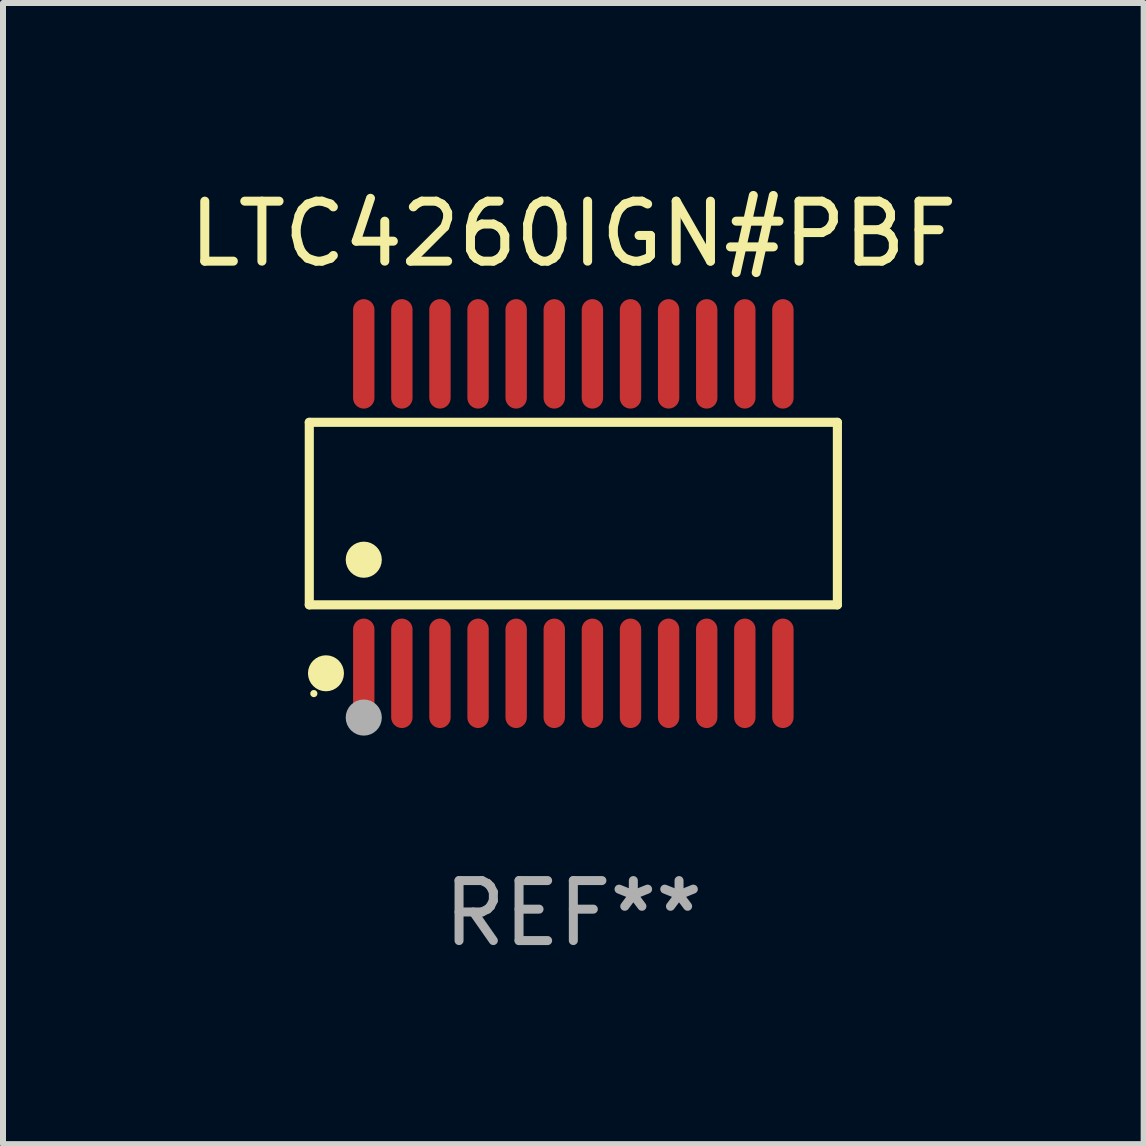
<source format=kicad_pcb>
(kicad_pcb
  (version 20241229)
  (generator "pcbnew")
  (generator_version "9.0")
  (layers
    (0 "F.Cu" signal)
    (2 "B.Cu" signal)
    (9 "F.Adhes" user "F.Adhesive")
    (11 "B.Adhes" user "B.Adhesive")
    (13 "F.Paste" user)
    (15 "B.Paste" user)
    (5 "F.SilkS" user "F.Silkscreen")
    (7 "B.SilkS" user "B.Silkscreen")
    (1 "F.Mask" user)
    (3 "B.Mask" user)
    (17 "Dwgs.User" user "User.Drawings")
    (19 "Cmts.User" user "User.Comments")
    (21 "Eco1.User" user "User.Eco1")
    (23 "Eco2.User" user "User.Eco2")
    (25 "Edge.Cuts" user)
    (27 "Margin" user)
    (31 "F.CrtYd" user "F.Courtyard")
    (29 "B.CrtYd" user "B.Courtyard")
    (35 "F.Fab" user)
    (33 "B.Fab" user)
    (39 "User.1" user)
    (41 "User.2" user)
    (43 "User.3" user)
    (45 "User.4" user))
  (footprint "LTC4260IGN#PBF"
    (layer "F.Cu")
    (at 6.506 5.51)
    (property "Reference" "LTC4260IGN#PBF" (at 0 -4.662 0) (layer "F.SilkS") (effects (font (size 1 1) (thickness 0.15))))
    (attr through_hole)
    (fp_line (start -4.401 -1.521) (end 4.401 -1.521) (stroke (width 0.152) (type solid)) (layer "F.SilkS"))
    (fp_line (start -4.401 1.521) (end -4.401 -1.521) (stroke (width 0.152) (type solid)) (layer "F.SilkS"))
    (fp_line (start 4.401 -1.521) (end 4.401 1.521) (stroke (width 0.152) (type solid)) (layer "F.SilkS"))
    (fp_line (start 4.401 1.521) (end -4.401 1.521) (stroke (width 0.152) (type solid)) (layer "F.SilkS"))
    (fp_circle (center -4.325 3) (end -4.295 3) (stroke (width 0.06) (type solid)) (fill no) (layer "F.SilkS"))
    (fp_circle (center -4.123 2.662) (end -3.973 2.662) (stroke (width 0.3) (type solid)) (fill no) (layer "F.SilkS"))
    (fp_circle (center -3.493 0.769) (end -3.342 0.769) (stroke (width 0.3) (type solid)) (fill no) (layer "F.SilkS"))
    (fp_circle (center -3.493 3.4) (end -3.342 3.4) (stroke (width 0.3) (type solid)) (fill no) (layer "F.Fab"))
    (fp_text user "REF**" (at 0 6.662 0) (layer "F.Fab") (effects (font (size 1 1) (thickness 0.15))))
    (pad "1" smd oval (at -3.493 2.662) (size 0.356 1.824) (layers "F.Cu" "F.Mask" "F.Paste"))
    (pad "2" smd oval (at -2.858 2.662) (size 0.356 1.824) (layers "F.Cu" "F.Mask" "F.Paste"))
    (pad "3" smd oval (at -2.223 2.662) (size 0.356 1.824) (layers "F.Cu" "F.Mask" "F.Paste"))
    (pad "4" smd oval (at -1.588 2.662) (size 0.356 1.824) (layers "F.Cu" "F.Mask" "F.Paste"))
    (pad "5" smd oval (at -0.953 2.662) (size 0.356 1.824) (layers "F.Cu" "F.Mask" "F.Paste"))
    (pad "6" smd oval (at -0.318 2.662) (size 0.356 1.824) (layers "F.Cu" "F.Mask" "F.Paste"))
    (pad "7" smd oval (at 0.318 2.662) (size 0.356 1.824) (layers "F.Cu" "F.Mask" "F.Paste"))
    (pad "8" smd oval (at 0.953 2.662) (size 0.356 1.824) (layers "F.Cu" "F.Mask" "F.Paste"))
    (pad "9" smd oval (at 1.588 2.662) (size 0.356 1.824) (layers "F.Cu" "F.Mask" "F.Paste"))
    (pad "10" smd oval (at 2.223 2.662) (size 0.356 1.824) (layers "F.Cu" "F.Mask" "F.Paste"))
    (pad "11" smd oval (at 2.858 2.662) (size 0.356 1.824) (layers "F.Cu" "F.Mask" "F.Paste"))
    (pad "12" smd oval (at 3.493 2.662) (size 0.356 1.824) (layers "F.Cu" "F.Mask" "F.Paste"))
    (pad "13" smd oval (at 3.493 -2.662) (size 0.356 1.824) (layers "F.Cu" "F.Mask" "F.Paste"))
    (pad "14" smd oval (at 2.858 -2.662) (size 0.356 1.824) (layers "F.Cu" "F.Mask" "F.Paste"))
    (pad "15" smd oval (at 2.223 -2.662) (size 0.356 1.824) (layers "F.Cu" "F.Mask" "F.Paste"))
    (pad "16" smd oval (at 1.588 -2.662) (size 0.356 1.824) (layers "F.Cu" "F.Mask" "F.Paste"))
    (pad "17" smd oval (at 0.953 -2.662) (size 0.356 1.824) (layers "F.Cu" "F.Mask" "F.Paste"))
    (pad "18" smd oval (at 0.318 -2.662) (size 0.356 1.824) (layers "F.Cu" "F.Mask" "F.Paste"))
    (pad "19" smd oval (at -0.318 -2.662) (size 0.356 1.824) (layers "F.Cu" "F.Mask" "F.Paste"))
    (pad "20" smd oval (at -0.953 -2.662) (size 0.356 1.824) (layers "F.Cu" "F.Mask" "F.Paste"))
    (pad "21" smd oval (at -1.588 -2.662) (size 0.356 1.824) (layers "F.Cu" "F.Mask" "F.Paste"))
    (pad "22" smd oval (at -2.223 -2.662) (size 0.356 1.824) (layers "F.Cu" "F.Mask" "F.Paste"))
    (pad "23" smd oval (at -2.858 -2.662) (size 0.356 1.824) (layers "F.Cu" "F.Mask" "F.Paste"))
    (pad "24" smd oval (at -3.493 -2.662) (size 0.356 1.824) (layers "F.Cu" "F.Mask" "F.Paste")))
  (gr_rect
    (start -3 -3)
    (end 16.012 16.02)
    (stroke (width 0.1) (type default))
    (fill no)
    (layer "Edge.Cuts")))
</source>
